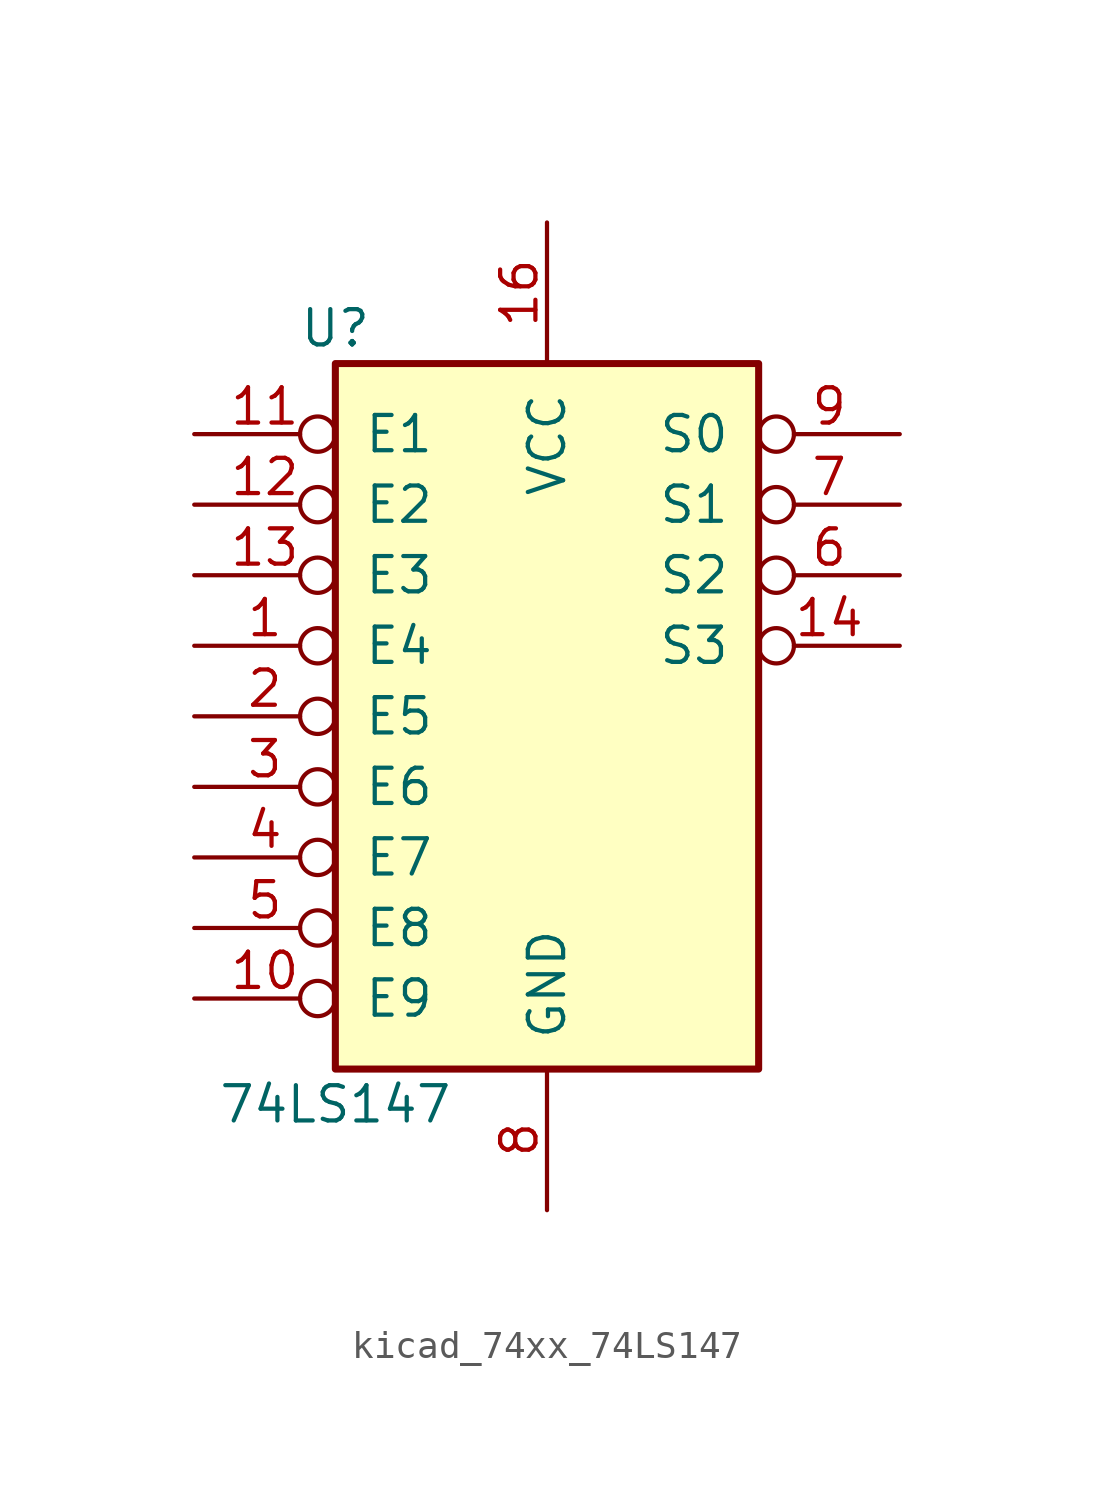
<source format=kicad_sym>
(kicad_symbol_lib
  (version 20220914)
  (generator kicad_symbol_editor)
  (symbol "kicad_74xx_74LS147"
    (pin_names
      (offset 1.016))
    (property "Reference" "U"
      (at -7.62 13.97 0)
      (effects (font (size 1.27 1.27))))
    (property "Value" "74LS147"
      (at -7.62 -13.97 0)
      (effects (font (size 1.27 1.27))))
    (property "ki_locked" ""
      (at 0 0 0)
      (effects (font (size 1.27 1.27))))
    (symbol "kicad_74xx_74LS147_1_0"
      (pin input inverted (at -12.7 2.54 0) (length 5.08) (name "E4" (effects (font (size 1.27 1.27)))) (number "1" (effects (font (size 1.27 1.27)))))
      (pin input inverted (at -12.7 -10.16 0) (length 5.08) (name "E9" (effects (font (size 1.27 1.27)))) (number "10" (effects (font (size 1.27 1.27)))))
      (pin input inverted (at -12.7 10.16 0) (length 5.08) (name "E1" (effects (font (size 1.27 1.27)))) (number "11" (effects (font (size 1.27 1.27)))))
      (pin input inverted (at -12.7 7.62 0) (length 5.08) (name "E2" (effects (font (size 1.27 1.27)))) (number "12" (effects (font (size 1.27 1.27)))))
      (pin input inverted (at -12.7 5.08 0) (length 5.08) (name "E3" (effects (font (size 1.27 1.27)))) (number "13" (effects (font (size 1.27 1.27)))))
      (pin output inverted (at 12.7 2.54 180) (length 5.08) (name "S3" (effects (font (size 1.27 1.27)))) (number "14" (effects (font (size 1.27 1.27)))))
      (pin power_in line (at 0 17.78 270) (length 5.08) (name "VCC" (effects (font (size 1.27 1.27)))) (number "16" (effects (font (size 1.27 1.27)))))
      (pin input inverted (at -12.7 0 0) (length 5.08) (name "E5" (effects (font (size 1.27 1.27)))) (number "2" (effects (font (size 1.27 1.27)))))
      (pin input inverted (at -12.7 -2.54 0) (length 5.08) (name "E6" (effects (font (size 1.27 1.27)))) (number "3" (effects (font (size 1.27 1.27)))))
      (pin input inverted (at -12.7 -5.08 0) (length 5.08) (name "E7" (effects (font (size 1.27 1.27)))) (number "4" (effects (font (size 1.27 1.27)))))
      (pin input inverted (at -12.7 -7.62 0) (length 5.08) (name "E8" (effects (font (size 1.27 1.27)))) (number "5" (effects (font (size 1.27 1.27)))))
      (pin output inverted (at 12.7 5.08 180) (length 5.08) (name "S2" (effects (font (size 1.27 1.27)))) (number "6" (effects (font (size 1.27 1.27)))))
      (pin output inverted (at 12.7 7.62 180) (length 5.08) (name "S1" (effects (font (size 1.27 1.27)))) (number "7" (effects (font (size 1.27 1.27)))))
      (pin power_in line (at 0 -17.78 90) (length 5.08) (name "GND" (effects (font (size 1.27 1.27)))) (number "8" (effects (font (size 1.27 1.27)))))
      (pin output inverted (at 12.7 10.16 180) (length 5.08) (name "S0" (effects (font (size 1.27 1.27)))) (number "9" (effects (font (size 1.27 1.27))))))
    (symbol "kicad_74xx_74LS147_1_1"
      (rectangle (start -7.62 12.7) (end 7.62 -12.7) (stroke (width 0.254) (type default)) (fill (type background))))))
</source>
